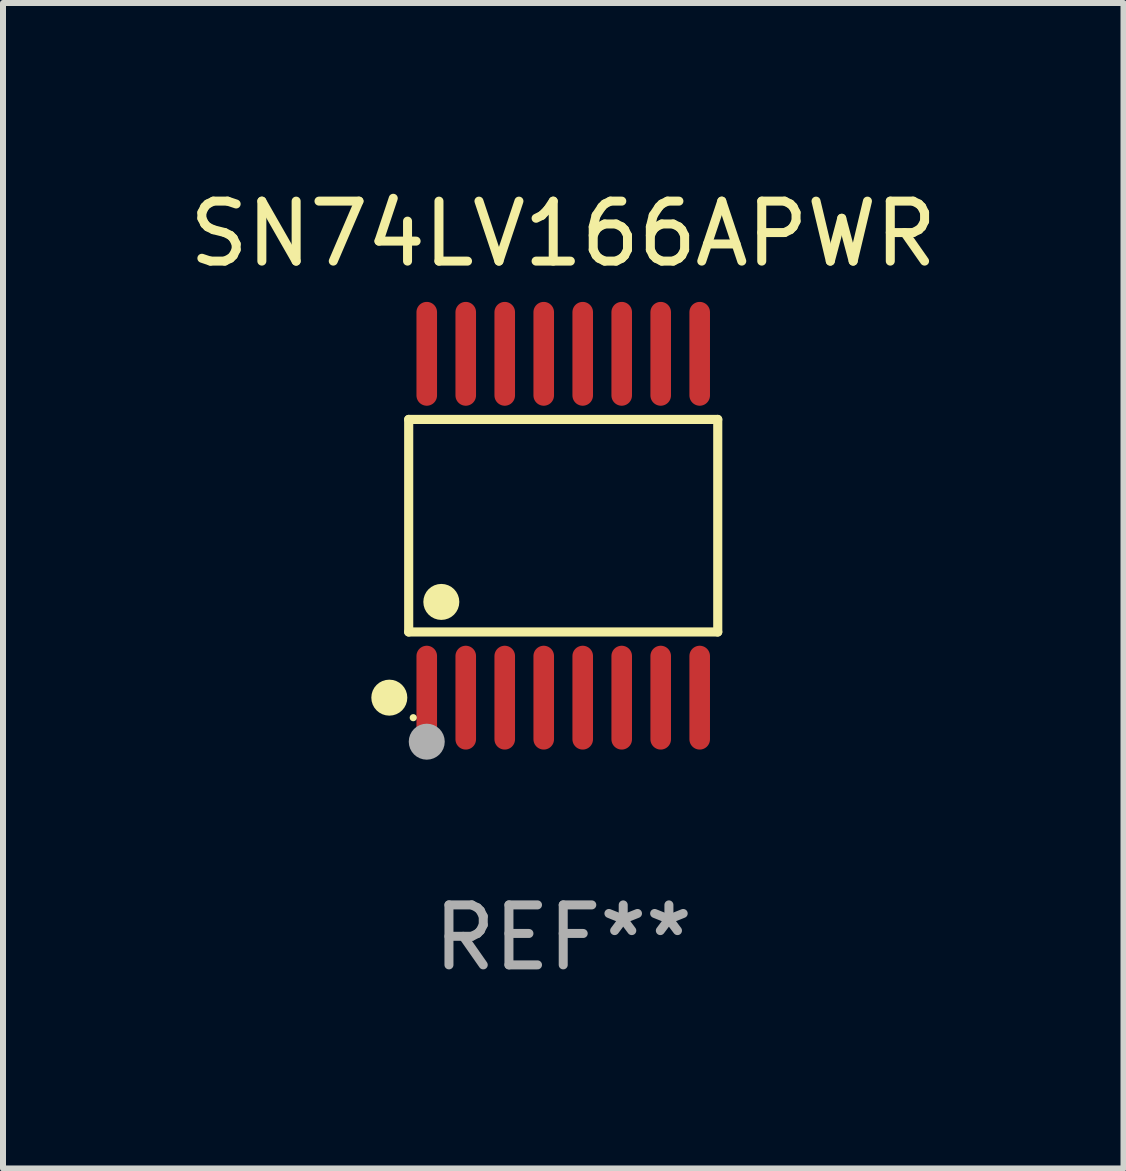
<source format=kicad_pcb>
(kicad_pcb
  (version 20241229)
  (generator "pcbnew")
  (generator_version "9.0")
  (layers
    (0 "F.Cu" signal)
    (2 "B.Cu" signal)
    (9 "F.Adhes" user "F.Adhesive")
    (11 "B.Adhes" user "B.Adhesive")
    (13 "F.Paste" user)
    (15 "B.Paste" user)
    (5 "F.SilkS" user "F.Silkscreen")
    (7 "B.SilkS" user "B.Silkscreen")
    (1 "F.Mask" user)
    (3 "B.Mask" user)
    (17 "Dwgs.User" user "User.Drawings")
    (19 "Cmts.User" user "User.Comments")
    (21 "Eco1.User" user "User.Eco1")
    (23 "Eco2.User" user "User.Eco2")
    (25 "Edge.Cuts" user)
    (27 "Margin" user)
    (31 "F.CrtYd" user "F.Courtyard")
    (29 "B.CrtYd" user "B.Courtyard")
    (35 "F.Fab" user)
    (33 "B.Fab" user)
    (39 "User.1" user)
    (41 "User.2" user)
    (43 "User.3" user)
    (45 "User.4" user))
  (footprint "SN74LV166APWR"
    (layer "F.Cu")
    (at 6.339 5.714)
    (property "Reference" "SN74LV166APWR" (at 0 -4.866 0) (layer "F.SilkS") (effects (font (size 1 1) (thickness 0.15))))
    (attr through_hole)
    (fp_line (start -2.576 -1.772) (end 2.576 -1.772) (stroke (width 0.152) (type solid)) (layer "F.SilkS"))
    (fp_line (start -2.576 1.771) (end -2.576 -1.772) (stroke (width 0.152) (type solid)) (layer "F.SilkS"))
    (fp_line (start 2.576 -1.772) (end 2.576 1.771) (stroke (width 0.152) (type solid)) (layer "F.SilkS"))
    (fp_line (start 2.576 1.771) (end -2.576 1.771) (stroke (width 0.152) (type solid)) (layer "F.SilkS"))
    (fp_circle (center -2.899 2.866) (end -2.749 2.866) (stroke (width 0.3) (type solid)) (fill no) (layer "F.SilkS"))
    (fp_circle (center -2.5 3.2) (end -2.47 3.2) (stroke (width 0.06) (type solid)) (fill no) (layer "F.SilkS"))
    (fp_circle (center -2.032 1.27) (end -1.882 1.27) (stroke (width 0.3) (type solid)) (fill no) (layer "F.SilkS"))
    (fp_circle (center -2.275 3.6) (end -2.125 3.6) (stroke (width 0.3) (type solid)) (fill no) (layer "F.Fab"))
    (fp_text user "REF**" (at 0 6.866 0) (layer "F.Fab") (effects (font (size 1 1) (thickness 0.15))))
    (pad "1" smd oval (at -2.275 2.866) (size 0.343 1.731) (layers "F.Cu" "F.Mask" "F.Paste"))
    (pad "2" smd oval (at -1.625 2.866) (size 0.343 1.731) (layers "F.Cu" "F.Mask" "F.Paste"))
    (pad "3" smd oval (at -0.975 2.866) (size 0.343 1.731) (layers "F.Cu" "F.Mask" "F.Paste"))
    (pad "4" smd oval (at -0.325 2.866) (size 0.343 1.731) (layers "F.Cu" "F.Mask" "F.Paste"))
    (pad "5" smd oval (at 0.325 2.866) (size 0.343 1.731) (layers "F.Cu" "F.Mask" "F.Paste"))
    (pad "6" smd oval (at 0.975 2.866) (size 0.343 1.731) (layers "F.Cu" "F.Mask" "F.Paste"))
    (pad "7" smd oval (at 1.625 2.866) (size 0.343 1.731) (layers "F.Cu" "F.Mask" "F.Paste"))
    (pad "8" smd oval (at 2.275 2.866) (size 0.343 1.731) (layers "F.Cu" "F.Mask" "F.Paste"))
    (pad "9" smd oval (at 2.275 -2.866) (size 0.343 1.731) (layers "F.Cu" "F.Mask" "F.Paste"))
    (pad "10" smd oval (at 1.625 -2.866) (size 0.343 1.731) (layers "F.Cu" "F.Mask" "F.Paste"))
    (pad "11" smd oval (at 0.975 -2.866) (size 0.343 1.731) (layers "F.Cu" "F.Mask" "F.Paste"))
    (pad "12" smd oval (at 0.325 -2.866) (size 0.343 1.731) (layers "F.Cu" "F.Mask" "F.Paste"))
    (pad "13" smd oval (at -0.325 -2.866) (size 0.343 1.731) (layers "F.Cu" "F.Mask" "F.Paste"))
    (pad "14" smd oval (at -0.975 -2.866) (size 0.343 1.731) (layers "F.Cu" "F.Mask" "F.Paste"))
    (pad "15" smd oval (at -1.625 -2.866) (size 0.343 1.731) (layers "F.Cu" "F.Mask" "F.Paste"))
    (pad "16" smd oval (at -2.275 -2.866) (size 0.343 1.731) (layers "F.Cu" "F.Mask" "F.Paste")))
  (gr_rect
    (start -3 -3)
    (end 15.679 16.428)
    (stroke (width 0.1) (type default))
    (fill no)
    (layer "Edge.Cuts")))
</source>
